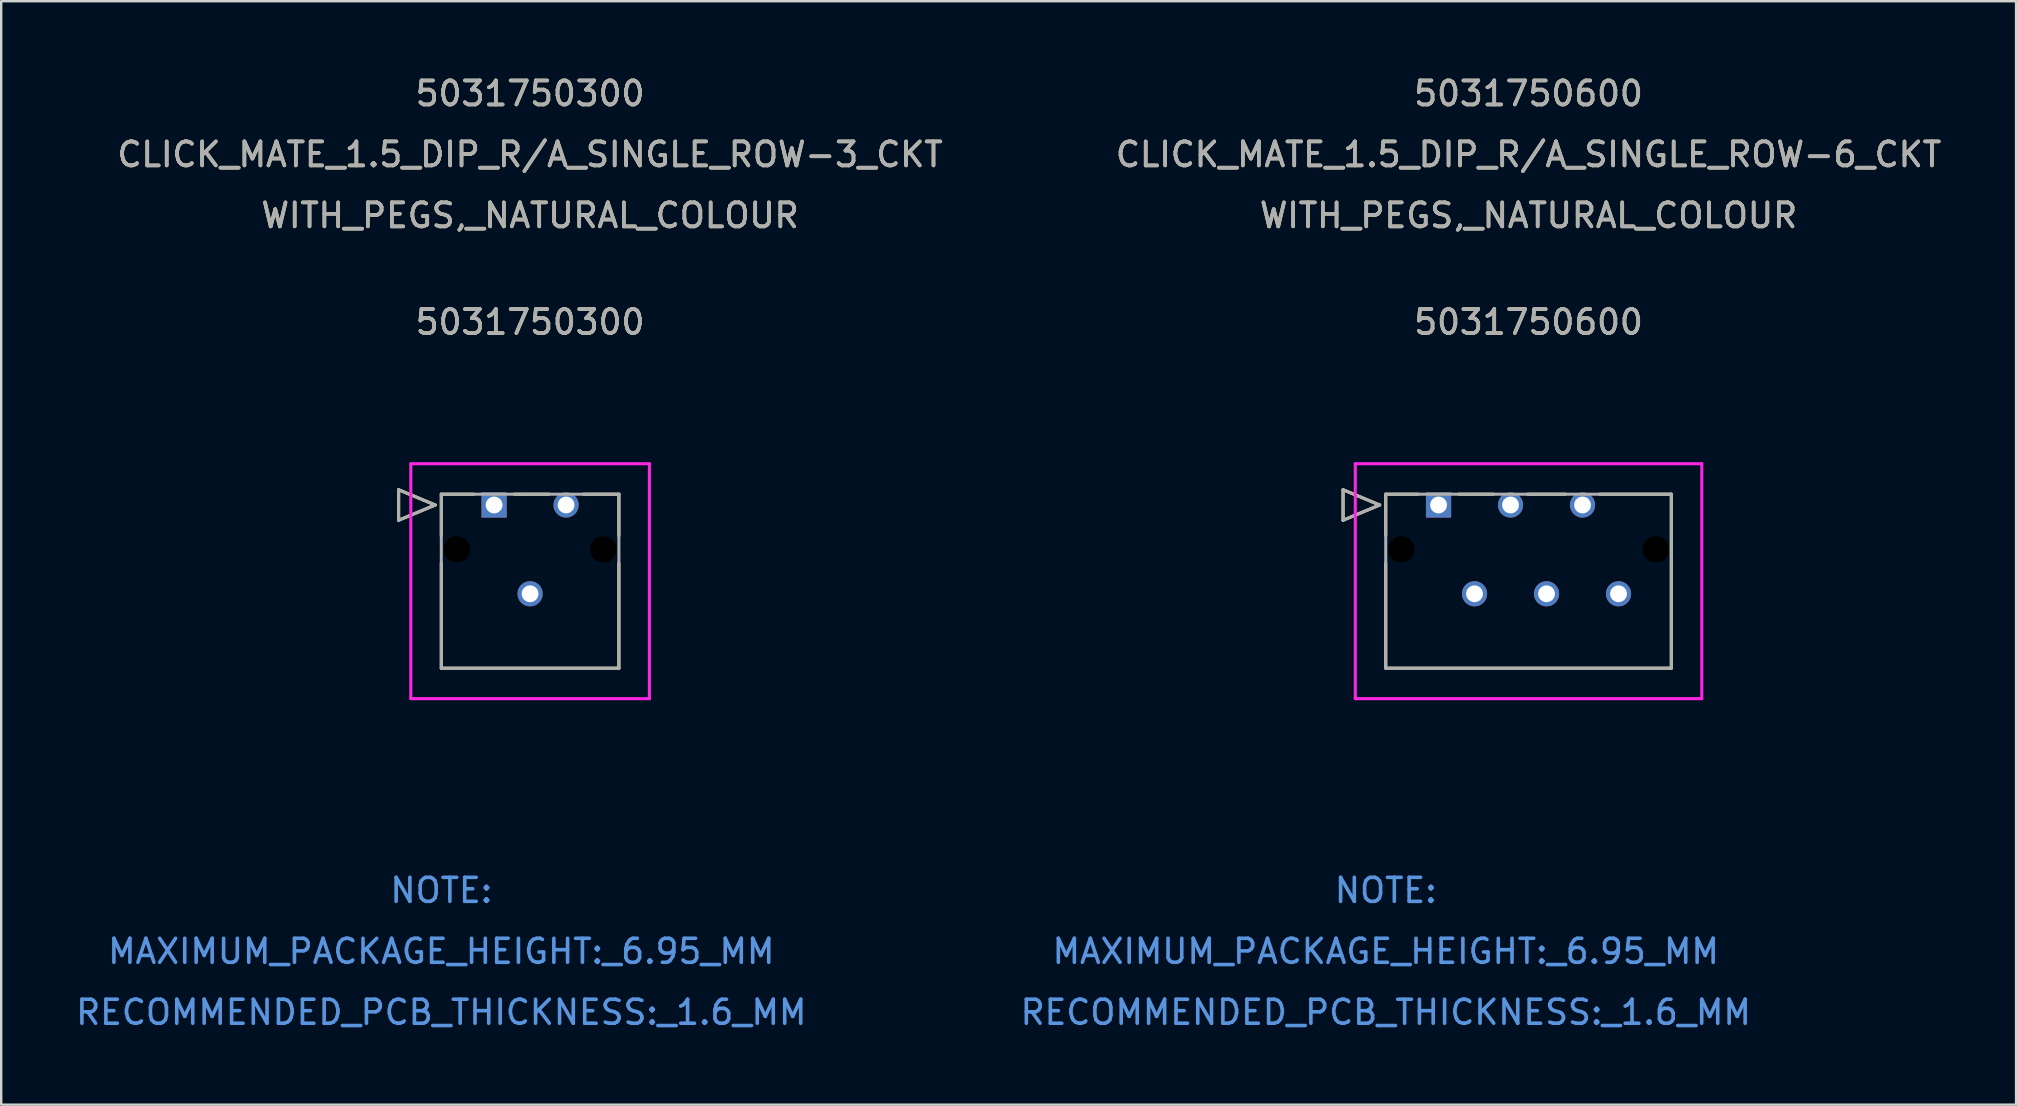
<source format=kicad_pcb>
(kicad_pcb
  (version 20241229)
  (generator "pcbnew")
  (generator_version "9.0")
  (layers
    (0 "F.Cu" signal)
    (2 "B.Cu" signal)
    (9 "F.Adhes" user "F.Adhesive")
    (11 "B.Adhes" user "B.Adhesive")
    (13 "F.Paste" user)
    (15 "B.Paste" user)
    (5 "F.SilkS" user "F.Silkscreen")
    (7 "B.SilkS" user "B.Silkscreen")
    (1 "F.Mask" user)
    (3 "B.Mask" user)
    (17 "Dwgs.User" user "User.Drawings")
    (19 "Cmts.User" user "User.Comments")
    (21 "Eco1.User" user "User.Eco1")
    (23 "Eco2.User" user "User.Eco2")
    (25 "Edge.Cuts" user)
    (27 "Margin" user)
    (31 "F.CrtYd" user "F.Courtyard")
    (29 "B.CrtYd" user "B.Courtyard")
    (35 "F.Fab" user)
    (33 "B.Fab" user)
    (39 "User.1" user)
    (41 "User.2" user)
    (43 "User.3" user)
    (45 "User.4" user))
  (footprint "5031750300"
    (layer "F.Cu")
    (at 17.539 17.993)
    (property "Reference" "5031750300" (at 1.5 -7.62 0) (unlocked yes) (layer "F.SilkS") (effects (font (size 1 1) (thickness 0.15))))
    (attr through_hole)
    (fp_line (start -3.978 -0.635) (end -2.454 0) (stroke (width 0.127) (type solid)) (layer "F.SilkS"))
    (fp_line (start -3.978 0.635) (end -3.978 -0.635) (stroke (width 0.127) (type solid)) (layer "F.SilkS"))
    (fp_line (start -2.454 0) (end -3.978 0.635) (stroke (width 0.127) (type solid)) (layer "F.SilkS"))
    (fp_line (start -2.2 -0.45) (end -2.2 1.272) (stroke (width 0.127) (type solid)) (layer "F.SilkS"))
    (fp_line (start -2.2 2.428) (end -2.2 6.8) (stroke (width 0.127) (type solid)) (layer "F.SilkS"))
    (fp_line (start -2.2 6.8) (end 5.2 6.8) (stroke (width 0.127) (type solid)) (layer "F.SilkS"))
    (fp_line (start -0.845 -0.45) (end -2.2 -0.45) (stroke (width 0.127) (type solid)) (layer "F.SilkS"))
    (fp_line (start 2.285 -0.45) (end 0.845 -0.45) (stroke (width 0.127) (type solid)) (layer "F.SilkS"))
    (fp_line (start 5.2 -0.45) (end 3.715 -0.45) (stroke (width 0.127) (type solid)) (layer "F.SilkS"))
    (fp_line (start 5.2 1.272) (end 5.2 -0.45) (stroke (width 0.127) (type solid)) (layer "F.SilkS"))
    (fp_line (start 5.2 6.8) (end 5.2 2.428) (stroke (width 0.127) (type solid)) (layer "F.SilkS"))
    (fp_line (start -3.47 -1.72) (end -3.47 8.07) (stroke (width 0.127) (type solid)) (layer "F.CrtYd"))
    (fp_line (start -3.47 8.07) (end 6.47 8.07) (stroke (width 0.127) (type solid)) (layer "F.CrtYd"))
    (fp_line (start 6.47 -1.72) (end -3.47 -1.72) (stroke (width 0.127) (type solid)) (layer "F.CrtYd"))
    (fp_line (start 6.47 8.07) (end 6.47 -1.72) (stroke (width 0.127) (type solid)) (layer "F.CrtYd"))
    (fp_line (start -3.978 -0.635) (end -2.454 0) (stroke (width 0.127) (type solid)) (layer "F.Fab"))
    (fp_line (start -3.978 0.635) (end -3.978 -0.635) (stroke (width 0.127) (type solid)) (layer "F.Fab"))
    (fp_line (start -2.454 0) (end -3.978 0.635) (stroke (width 0.127) (type solid)) (layer "F.Fab"))
    (fp_line (start -2.2 -0.45) (end -2.2 6.8) (stroke (width 0.127) (type solid)) (layer "F.Fab"))
    (fp_line (start -2.2 6.8) (end 5.2 6.8) (stroke (width 0.127) (type solid)) (layer "F.Fab"))
    (fp_line (start 5.2 -0.45) (end -2.2 -0.45) (stroke (width 0.127) (type solid)) (layer "F.Fab"))
    (fp_line (start 5.2 6.8) (end 5.2 -0.45) (stroke (width 0.127) (type solid)) (layer "F.Fab"))
    (fp_text user "CLICK_MATE_1.5_DIP_R/A_SINGLE_ROW-3_CKT" (at 1.5 -14.605 0) (unlocked yes) (layer "F.SilkS") (effects (font (size 1 1) (thickness 0.15))))
    (fp_text user "WITH_PEGS,_NATURAL_COLOUR" (at 1.5 -12.065 0) (unlocked yes) (layer "F.SilkS") (effects (font (size 1 1) (thickness 0.15))))
    (fp_text user "5031750300" (at 1.5 -17.145 0) (unlocked yes) (layer "F.SilkS") (effects (font (size 1 1) (thickness 0.15))))
    (fp_text user "MAXIMUM_PACKAGE_HEIGHT:_6.95_MM" (at -2.2 18.6 0) (unlocked yes) (layer "Cmts.User") (effects (font (size 1 1) (thickness 0.15))))
    (fp_text user "NOTE:" (at -2.2 16.06 0) (unlocked yes) (layer "Cmts.User") (effects (font (size 1 1) (thickness 0.15))))
    (fp_text user "RECOMMENDED_PCB_THICKNESS:_1.6_MM" (at -2.2 21.14 0) (unlocked yes) (layer "Cmts.User") (effects (font (size 1 1) (thickness 0.15))))
    (fp_text user "5031750300" (at 1.5 -17.145 0) (unlocked yes) (layer "F.Fab") (effects (font (size 1 1) (thickness 0.15))))
    (fp_text user "WITH_PEGS,_NATURAL_COLOUR" (at 1.5 -12.065 0) (unlocked yes) (layer "F.Fab") (effects (font (size 1 1) (thickness 0.15))))
    (fp_text user "${REFERENCE}" (at 1.5 -7.62 0) (unlocked yes) (layer "F.Fab") (effects (font (size 1 1) (thickness 0.15))))
    (fp_text user "CLICK_MATE_1.5_DIP_R/A_SINGLE_ROW-3_CKT" (at 1.5 -14.605 0) (unlocked yes) (layer "F.Fab") (effects (font (size 1 1) (thickness 0.15))))
    (pad "" np_thru_hole circle (at -1.55 1.85) (size 1.1 1.1) (drill 1.1) (layers))
    (pad "" np_thru_hole circle (at 4.55 1.85) (size 1.1 1.1) (drill 1.1) (layers))
    (pad "1" thru_hole rect (at 0 0) (size 1.05 1.05) (drill 0.7) (layers "*.Cu" "*.Mask"))
    (pad "2" thru_hole circle (at 1.5 3.7) (size 1.05 1.05) (drill 0.7) (layers "*.Cu" "*.Mask"))
    (pad "3" thru_hole circle (at 3 0) (size 1.05 1.05) (drill 0.7) (layers "*.Cu" "*.Mask")))
  (footprint "5031750600"
    (layer "F.Cu")
    (at 56.894 17.993)
    (property "Reference" "5031750600" (at 3.75 -7.62 0) (unlocked yes) (layer "F.SilkS") (effects (font (size 1 1) (thickness 0.15))))
    (attr through_hole)
    (fp_line (start -3.978 -0.635) (end -2.454 0) (stroke (width 0.127) (type solid)) (layer "F.SilkS"))
    (fp_line (start -3.978 0.635) (end -3.978 -0.635) (stroke (width 0.127) (type solid)) (layer "F.SilkS"))
    (fp_line (start -2.454 0) (end -3.978 0.635) (stroke (width 0.127) (type solid)) (layer "F.SilkS"))
    (fp_line (start -2.2 -0.45) (end -2.2 1.272) (stroke (width 0.127) (type solid)) (layer "F.SilkS"))
    (fp_line (start -2.2 2.428) (end -2.2 6.8) (stroke (width 0.127) (type solid)) (layer "F.SilkS"))
    (fp_line (start -2.2 6.8) (end 9.7 6.8) (stroke (width 0.127) (type solid)) (layer "F.SilkS"))
    (fp_line (start -0.845 -0.45) (end -2.2 -0.45) (stroke (width 0.127) (type solid)) (layer "F.SilkS"))
    (fp_line (start 2.285 -0.45) (end 0.845 -0.45) (stroke (width 0.127) (type solid)) (layer "F.SilkS"))
    (fp_line (start 5.285 -0.45) (end 3.715 -0.45) (stroke (width 0.127) (type solid)) (layer "F.SilkS"))
    (fp_line (start 9.7 -0.45) (end 6.715 -0.45) (stroke (width 0.127) (type solid)) (layer "F.SilkS"))
    (fp_line (start 9.7 2.428) (end 9.7 -0.45) (stroke (width 0.127) (type solid)) (layer "F.SilkS"))
    (fp_line (start 9.7 6.8) (end 9.7 2.428) (stroke (width 0.127) (type solid)) (layer "F.SilkS"))
    (fp_line (start -3.47 -1.72) (end -3.47 8.07) (stroke (width 0.127) (type solid)) (layer "F.CrtYd"))
    (fp_line (start -3.47 8.07) (end 10.97 8.07) (stroke (width 0.127) (type solid)) (layer "F.CrtYd"))
    (fp_line (start 10.97 -1.72) (end -3.47 -1.72) (stroke (width 0.127) (type solid)) (layer "F.CrtYd"))
    (fp_line (start 10.97 8.07) (end 10.97 -1.72) (stroke (width 0.127) (type solid)) (layer "F.CrtYd"))
    (fp_line (start -3.978 -0.635) (end -2.454 0) (stroke (width 0.127) (type solid)) (layer "F.Fab"))
    (fp_line (start -3.978 0.635) (end -3.978 -0.635) (stroke (width 0.127) (type solid)) (layer "F.Fab"))
    (fp_line (start -2.454 0) (end -3.978 0.635) (stroke (width 0.127) (type solid)) (layer "F.Fab"))
    (fp_line (start -2.2 -0.45) (end -2.2 6.8) (stroke (width 0.127) (type solid)) (layer "F.Fab"))
    (fp_line (start -2.2 6.8) (end 9.7 6.8) (stroke (width 0.127) (type solid)) (layer "F.Fab"))
    (fp_line (start 9.7 -0.45) (end -2.2 -0.45) (stroke (width 0.127) (type solid)) (layer "F.Fab"))
    (fp_line (start 9.7 6.8) (end 9.7 -0.45) (stroke (width 0.127) (type solid)) (layer "F.Fab"))
    (fp_text user "5031750600" (at 3.75 -17.145 0) (unlocked yes) (layer "F.SilkS") (effects (font (size 1 1) (thickness 0.15))))
    (fp_text user "WITH_PEGS,_NATURAL_COLOUR" (at 3.75 -12.065 0) (unlocked yes) (layer "F.SilkS") (effects (font (size 1 1) (thickness 0.15))))
    (fp_text user "CLICK_MATE_1.5_DIP_R/A_SINGLE_ROW-6_CKT" (at 3.75 -14.605 0) (unlocked yes) (layer "F.SilkS") (effects (font (size 1 1) (thickness 0.15))))
    (fp_text user "RECOMMENDED_PCB_THICKNESS:_1.6_MM" (at -2.2 21.14 0) (unlocked yes) (layer "Cmts.User") (effects (font (size 1 1) (thickness 0.15))))
    (fp_text user "NOTE:" (at -2.2 16.06 0) (unlocked yes) (layer "Cmts.User") (effects (font (size 1 1) (thickness 0.15))))
    (fp_text user "MAXIMUM_PACKAGE_HEIGHT:_6.95_MM" (at -2.2 18.6 0) (unlocked yes) (layer "Cmts.User") (effects (font (size 1 1) (thickness 0.15))))
    (fp_text user "CLICK_MATE_1.5_DIP_R/A_SINGLE_ROW-6_CKT" (at 3.75 -14.605 0) (unlocked yes) (layer "F.Fab") (effects (font (size 1 1) (thickness 0.15))))
    (fp_text user "WITH_PEGS,_NATURAL_COLOUR" (at 3.75 -12.065 0) (unlocked yes) (layer "F.Fab") (effects (font (size 1 1) (thickness 0.15))))
    (fp_text user "5031750600" (at 3.75 -17.145 0) (unlocked yes) (layer "F.Fab") (effects (font (size 1 1) (thickness 0.15))))
    (fp_text user "${REFERENCE}" (at 3.75 -7.62 0) (unlocked yes) (layer "F.Fab") (effects (font (size 1 1) (thickness 0.15))))
    (pad "" np_thru_hole circle (at -1.55 1.85) (size 1.1 1.1) (drill 1.1) (layers))
    (pad "" np_thru_hole circle (at 9.05 1.85) (size 1.1 1.1) (drill 1.1) (layers))
    (pad "1" thru_hole rect (at 0 0) (size 1.05 1.05) (drill 0.7) (layers "*.Cu" "*.Mask"))
    (pad "2" thru_hole circle (at 1.5 3.7) (size 1.05 1.05) (drill 0.7) (layers "*.Cu" "*.Mask"))
    (pad "3" thru_hole circle (at 3 0) (size 1.05 1.05) (drill 0.7) (layers "*.Cu" "*.Mask"))
    (pad "4" thru_hole circle (at 4.5 3.7) (size 1.05 1.05) (drill 0.7) (layers "*.Cu" "*.Mask"))
    (pad "5" thru_hole circle (at 6 0) (size 1.05 1.05) (drill 0.7) (layers "*.Cu" "*.Mask"))
    (pad "6" thru_hole circle (at 7.5 3.7) (size 1.05 1.05) (drill 0.7) (layers "*.Cu" "*.Mask")))
  (gr_rect
    (start -3 -3)
    (end 80.96 42.982)
    (stroke (width 0.1) (type default))
    (fill no)
    (layer "Edge.Cuts")))
</source>
